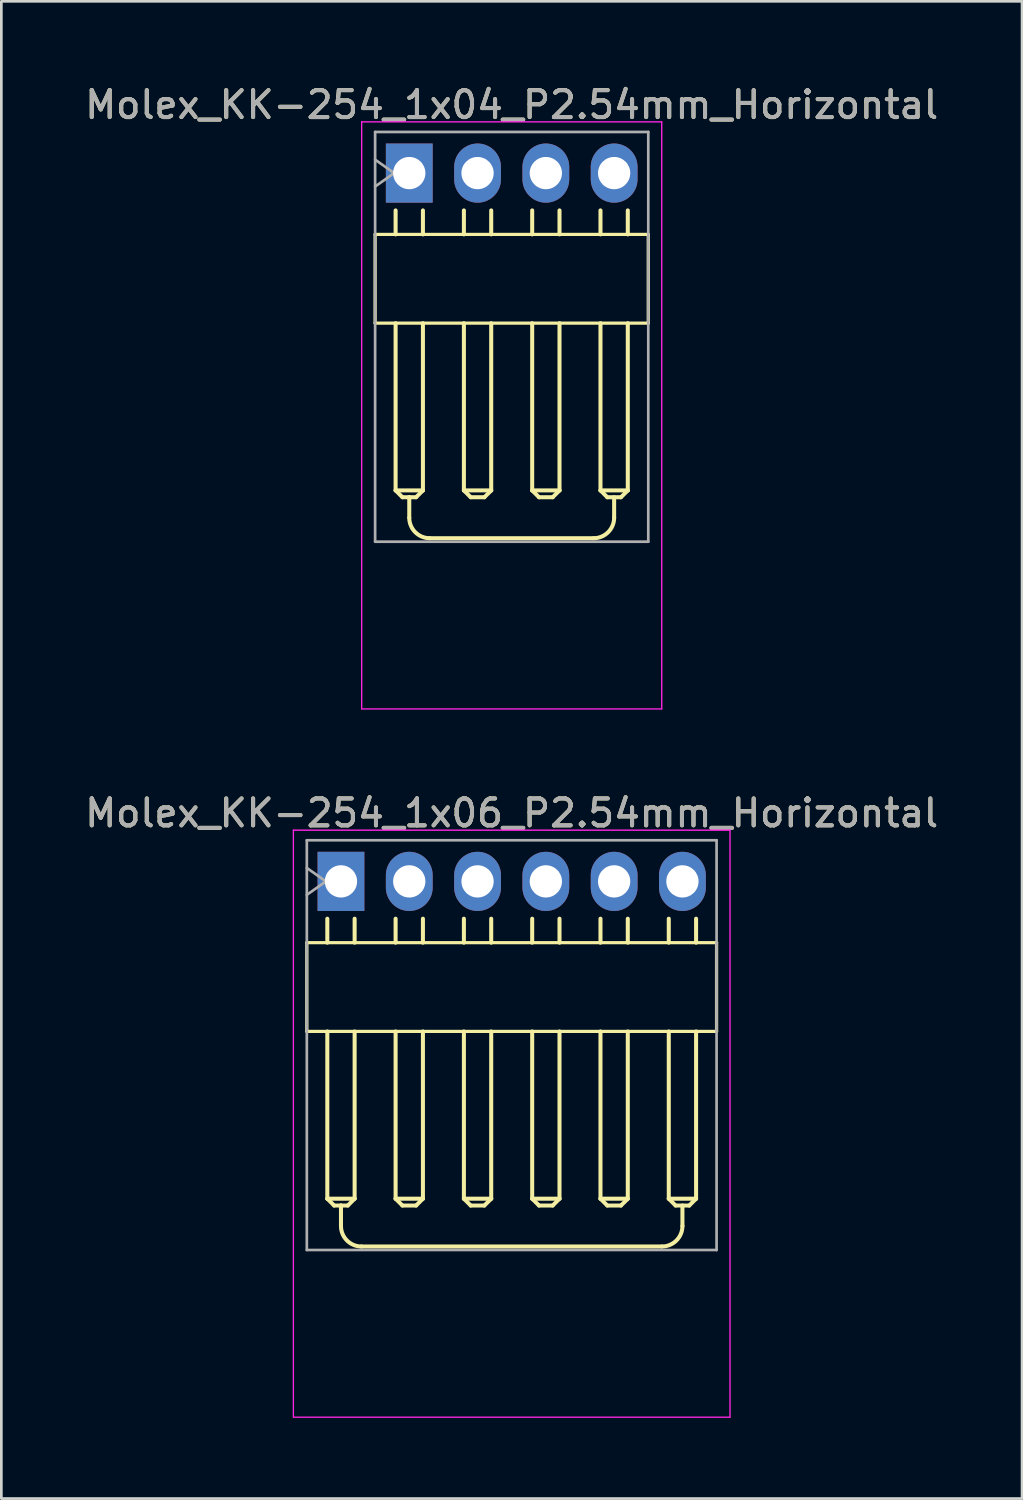
<source format=kicad_pcb>
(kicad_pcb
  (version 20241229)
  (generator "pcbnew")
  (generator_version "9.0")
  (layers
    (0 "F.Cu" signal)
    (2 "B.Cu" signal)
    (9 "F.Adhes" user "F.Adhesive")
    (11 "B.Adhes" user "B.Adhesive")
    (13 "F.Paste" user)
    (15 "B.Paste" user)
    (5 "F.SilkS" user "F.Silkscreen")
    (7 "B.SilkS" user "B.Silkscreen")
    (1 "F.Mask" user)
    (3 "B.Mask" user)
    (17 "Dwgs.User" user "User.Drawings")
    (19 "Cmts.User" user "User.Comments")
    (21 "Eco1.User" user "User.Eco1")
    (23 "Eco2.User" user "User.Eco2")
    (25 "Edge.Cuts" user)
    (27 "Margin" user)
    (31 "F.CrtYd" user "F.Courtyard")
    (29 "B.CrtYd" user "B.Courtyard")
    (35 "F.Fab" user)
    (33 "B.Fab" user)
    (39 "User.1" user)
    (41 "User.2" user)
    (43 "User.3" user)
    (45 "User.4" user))
  (footprint "Molex_KK-254_1x04_P2.54mm_Horizontal"
    (layer "F.Cu")
    (at 12.172 3.388)
    (property "Reference" "Molex_KK-254_1x04_P2.54mm_Horizontal" (at 3.81 -2.54 0) (layer "F.SilkS") (effects (font (size 1 1) (thickness 0.15))))
    (attr through_hole)
    (fp_line (start -1.27 2.28) (end -1.27 5.58) (stroke (width 0.12) (type solid)) (layer "F.SilkS"))
    (fp_line (start -1.27 2.28) (end 8.89 2.28) (stroke (width 0.12) (type solid)) (layer "F.SilkS"))
    (fp_line (start -0.508 1.388) (end -0.508 2.28) (stroke (width 0.15) (type solid)) (layer "F.SilkS"))
    (fp_line (start -0.508 11.802) (end -0.508 5.582) (stroke (width 0.15) (type solid)) (layer "F.SilkS"))
    (fp_line (start -0.508 11.802) (end 0.508 11.802) (stroke (width 0.15) (type solid)) (layer "F.SilkS"))
    (fp_line (start -0.254 12.056) (end -0.508 11.802) (stroke (width 0.15) (type solid)) (layer "F.SilkS"))
    (fp_line (start 0 12.056) (end -0.254 12.056) (stroke (width 0.15) (type solid)) (layer "F.SilkS"))
    (fp_line (start 0 12.056) (end 0 12.818) (stroke (width 0.15) (type solid)) (layer "F.SilkS"))
    (fp_line (start 0.254 12.056) (end 0 12.056) (stroke (width 0.15) (type solid)) (layer "F.SilkS"))
    (fp_line (start 0.508 2.28) (end 0.508 1.388) (stroke (width 0.15) (type solid)) (layer "F.SilkS"))
    (fp_line (start 0.508 5.582) (end 0.508 11.802) (stroke (width 0.15) (type solid)) (layer "F.SilkS"))
    (fp_line (start 0.508 11.802) (end 0.254 12.056) (stroke (width 0.15) (type solid)) (layer "F.SilkS"))
    (fp_line (start 0.762 13.58) (end 6.858 13.58) (stroke (width 0.15) (type solid)) (layer "F.SilkS"))
    (fp_line (start 2.032 2.28) (end 2.032 1.388) (stroke (width 0.15) (type solid)) (layer "F.SilkS"))
    (fp_line (start 2.032 5.582) (end 2.032 11.802) (stroke (width 0.15) (type solid)) (layer "F.SilkS"))
    (fp_line (start 2.032 11.802) (end 2.286 12.056) (stroke (width 0.15) (type solid)) (layer "F.SilkS"))
    (fp_line (start 2.286 12.056) (end 2.794 12.056) (stroke (width 0.15) (type solid)) (layer "F.SilkS"))
    (fp_line (start 2.794 12.056) (end 3.048 11.802) (stroke (width 0.15) (type solid)) (layer "F.SilkS"))
    (fp_line (start 3.048 2.28) (end 3.048 1.388) (stroke (width 0.15) (type solid)) (layer "F.SilkS"))
    (fp_line (start 3.048 11.802) (end 2.032 11.802) (stroke (width 0.15) (type solid)) (layer "F.SilkS"))
    (fp_line (start 3.048 11.802) (end 3.048 5.582) (stroke (width 0.15) (type solid)) (layer "F.SilkS"))
    (fp_line (start 4.572 2.28) (end 4.572 1.388) (stroke (width 0.15) (type solid)) (layer "F.SilkS"))
    (fp_line (start 4.572 5.582) (end 4.572 11.802) (stroke (width 0.15) (type solid)) (layer "F.SilkS"))
    (fp_line (start 4.572 11.802) (end 4.826 12.056) (stroke (width 0.15) (type solid)) (layer "F.SilkS"))
    (fp_line (start 4.826 12.056) (end 5.334 12.056) (stroke (width 0.15) (type solid)) (layer "F.SilkS"))
    (fp_line (start 5.334 12.056) (end 5.588 11.802) (stroke (width 0.15) (type solid)) (layer "F.SilkS"))
    (fp_line (start 5.588 2.28) (end 5.588 1.388) (stroke (width 0.15) (type solid)) (layer "F.SilkS"))
    (fp_line (start 5.588 11.802) (end 4.572 11.802) (stroke (width 0.15) (type solid)) (layer "F.SilkS"))
    (fp_line (start 5.588 11.802) (end 5.588 5.582) (stroke (width 0.15) (type solid)) (layer "F.SilkS"))
    (fp_line (start 7.112 2.28) (end 7.112 1.388) (stroke (width 0.15) (type solid)) (layer "F.SilkS"))
    (fp_line (start 7.112 5.582) (end 7.112 11.802) (stroke (width 0.15) (type solid)) (layer "F.SilkS"))
    (fp_line (start 7.112 11.802) (end 7.366 12.056) (stroke (width 0.15) (type solid)) (layer "F.SilkS"))
    (fp_line (start 7.366 12.056) (end 7.874 12.056) (stroke (width 0.15) (type solid)) (layer "F.SilkS"))
    (fp_line (start 7.62 12.056) (end 7.62 12.818) (stroke (width 0.15) (type solid)) (layer "F.SilkS"))
    (fp_line (start 7.874 12.056) (end 8.128 11.802) (stroke (width 0.15) (type solid)) (layer "F.SilkS"))
    (fp_line (start 8.128 2.28) (end 8.128 1.388) (stroke (width 0.15) (type solid)) (layer "F.SilkS"))
    (fp_line (start 8.128 11.802) (end 7.112 11.802) (stroke (width 0.15) (type solid)) (layer "F.SilkS"))
    (fp_line (start 8.128 11.802) (end 8.128 5.582) (stroke (width 0.15) (type solid)) (layer "F.SilkS"))
    (fp_line (start 8.89 2.28) (end 8.89 5.58) (stroke (width 0.12) (type solid)) (layer "F.SilkS"))
    (fp_line (start 8.89 5.58) (end -1.27 5.58) (stroke (width 0.12) (type solid)) (layer "F.SilkS"))
    (fp_arc (start 0.762 13.58) (mid 0.223185 13.356815) (end 0 12.818) (stroke (width 0.15) (type solid)) (layer "F.SilkS"))
    (fp_arc (start 7.62 12.818) (mid 7.396815 13.356815) (end 6.858 13.58) (stroke (width 0.15) (type solid)) (layer "F.SilkS"))
    (fp_line (start -1.77 -1.905) (end -1.77 19.93) (stroke (width 0.05) (type solid)) (layer "F.CrtYd"))
    (fp_line (start -1.762 19.93) (end 9.39 19.93) (stroke (width 0.05) (type solid)) (layer "F.CrtYd"))
    (fp_line (start 9.39 -1.905) (end -1.77 -1.905) (stroke (width 0.05) (type solid)) (layer "F.CrtYd"))
    (fp_line (start 9.39 19.93) (end 9.39 -1.905) (stroke (width 0.05) (type solid)) (layer "F.CrtYd"))
    (fp_line (start -1.27 -1.53) (end -1.27 13.71) (stroke (width 0.1) (type solid)) (layer "F.Fab"))
    (fp_line (start -1.27 -0.5) (end -0.563 0) (stroke (width 0.1) (type solid)) (layer "F.Fab"))
    (fp_line (start -1.27 13.71) (end 8.89 13.71) (stroke (width 0.1) (type solid)) (layer "F.Fab"))
    (fp_line (start -0.563 0) (end -1.27 0.5) (stroke (width 0.1) (type solid)) (layer "F.Fab"))
    (fp_line (start 8.89 -1.53) (end -1.27 -1.53) (stroke (width 0.1) (type solid)) (layer "F.Fab"))
    (fp_line (start 8.89 13.71) (end 8.89 -1.53) (stroke (width 0.1) (type solid)) (layer "F.Fab"))
    (fp_text user "${REFERENCE}" (at 3.81 -2.54 0) (layer "F.Fab") (effects (font (size 1 1) (thickness 0.15))))
    (pad "1" thru_hole rect (at 0 0) (size 1.74 2.2) (drill 1.2) (layers "*.Cu" "*.Mask"))
    (pad "2" thru_hole oval (at 2.54 0) (size 1.74 2.2) (drill 1.2) (layers "*.Cu" "*.Mask"))
    (pad "3" thru_hole oval (at 5.08 0) (size 1.74 2.2) (drill 1.2) (layers "*.Cu" "*.Mask"))
    (pad "4" thru_hole oval (at 7.62 0) (size 1.74 2.2) (drill 1.2) (layers "*.Cu" "*.Mask")))
  (footprint "Molex_KK-254_1x06_P2.54mm_Horizontal"
    (layer "F.Cu")
    (at 9.632 29.732)
    (property "Reference" "Molex_KK-254_1x06_P2.54mm_Horizontal" (at 6.35 -2.54 0) (layer "F.SilkS") (effects (font (size 1 1) (thickness 0.15))))
    (attr through_hole)
    (fp_line (start -1.27 2.28) (end -1.27 5.58) (stroke (width 0.12) (type solid)) (layer "F.SilkS"))
    (fp_line (start -1.27 2.28) (end 13.97 2.28) (stroke (width 0.12) (type solid)) (layer "F.SilkS"))
    (fp_line (start -0.508 1.388) (end -0.508 2.28) (stroke (width 0.15) (type solid)) (layer "F.SilkS"))
    (fp_line (start -0.508 11.802) (end -0.508 5.582) (stroke (width 0.15) (type solid)) (layer "F.SilkS"))
    (fp_line (start -0.508 11.802) (end 0.508 11.802) (stroke (width 0.15) (type solid)) (layer "F.SilkS"))
    (fp_line (start -0.254 12.056) (end -0.508 11.802) (stroke (width 0.15) (type solid)) (layer "F.SilkS"))
    (fp_line (start 0 12.056) (end -0.254 12.056) (stroke (width 0.15) (type solid)) (layer "F.SilkS"))
    (fp_line (start 0 12.056) (end 0 12.818) (stroke (width 0.15) (type solid)) (layer "F.SilkS"))
    (fp_line (start 0.254 12.056) (end 0 12.056) (stroke (width 0.15) (type solid)) (layer "F.SilkS"))
    (fp_line (start 0.508 2.28) (end 0.508 1.388) (stroke (width 0.15) (type solid)) (layer "F.SilkS"))
    (fp_line (start 0.508 5.582) (end 0.508 11.802) (stroke (width 0.15) (type solid)) (layer "F.SilkS"))
    (fp_line (start 0.508 11.802) (end 0.254 12.056) (stroke (width 0.15) (type solid)) (layer "F.SilkS"))
    (fp_line (start 0.762 13.58) (end 11.938 13.58) (stroke (width 0.15) (type solid)) (layer "F.SilkS"))
    (fp_line (start 2.032 2.28) (end 2.032 1.388) (stroke (width 0.15) (type solid)) (layer "F.SilkS"))
    (fp_line (start 2.032 5.582) (end 2.032 11.802) (stroke (width 0.15) (type solid)) (layer "F.SilkS"))
    (fp_line (start 2.032 11.802) (end 2.286 12.056) (stroke (width 0.15) (type solid)) (layer "F.SilkS"))
    (fp_line (start 2.286 12.056) (end 2.794 12.056) (stroke (width 0.15) (type solid)) (layer "F.SilkS"))
    (fp_line (start 2.794 12.056) (end 3.048 11.802) (stroke (width 0.15) (type solid)) (layer "F.SilkS"))
    (fp_line (start 3.048 2.28) (end 3.048 1.388) (stroke (width 0.15) (type solid)) (layer "F.SilkS"))
    (fp_line (start 3.048 11.802) (end 2.032 11.802) (stroke (width 0.15) (type solid)) (layer "F.SilkS"))
    (fp_line (start 3.048 11.802) (end 3.048 5.582) (stroke (width 0.15) (type solid)) (layer "F.SilkS"))
    (fp_line (start 4.572 2.28) (end 4.572 1.388) (stroke (width 0.15) (type solid)) (layer "F.SilkS"))
    (fp_line (start 4.572 5.582) (end 4.572 11.802) (stroke (width 0.15) (type solid)) (layer "F.SilkS"))
    (fp_line (start 4.572 11.802) (end 4.826 12.056) (stroke (width 0.15) (type solid)) (layer "F.SilkS"))
    (fp_line (start 4.826 12.056) (end 5.334 12.056) (stroke (width 0.15) (type solid)) (layer "F.SilkS"))
    (fp_line (start 5.334 12.056) (end 5.588 11.802) (stroke (width 0.15) (type solid)) (layer "F.SilkS"))
    (fp_line (start 5.588 2.28) (end 5.588 1.388) (stroke (width 0.15) (type solid)) (layer "F.SilkS"))
    (fp_line (start 5.588 11.802) (end 4.572 11.802) (stroke (width 0.15) (type solid)) (layer "F.SilkS"))
    (fp_line (start 5.588 11.802) (end 5.588 5.582) (stroke (width 0.15) (type solid)) (layer "F.SilkS"))
    (fp_line (start 7.112 2.28) (end 7.112 1.388) (stroke (width 0.15) (type solid)) (layer "F.SilkS"))
    (fp_line (start 7.112 5.582) (end 7.112 11.802) (stroke (width 0.15) (type solid)) (layer "F.SilkS"))
    (fp_line (start 7.112 11.802) (end 7.366 12.056) (stroke (width 0.15) (type solid)) (layer "F.SilkS"))
    (fp_line (start 7.366 12.056) (end 7.874 12.056) (stroke (width 0.15) (type solid)) (layer "F.SilkS"))
    (fp_line (start 7.874 12.056) (end 8.128 11.802) (stroke (width 0.15) (type solid)) (layer "F.SilkS"))
    (fp_line (start 8.128 2.28) (end 8.128 1.388) (stroke (width 0.15) (type solid)) (layer "F.SilkS"))
    (fp_line (start 8.128 11.802) (end 7.112 11.802) (stroke (width 0.15) (type solid)) (layer "F.SilkS"))
    (fp_line (start 8.128 11.802) (end 8.128 5.582) (stroke (width 0.15) (type solid)) (layer "F.SilkS"))
    (fp_line (start 9.652 2.28) (end 9.652 1.388) (stroke (width 0.15) (type solid)) (layer "F.SilkS"))
    (fp_line (start 9.652 5.582) (end 9.652 11.802) (stroke (width 0.15) (type solid)) (layer "F.SilkS"))
    (fp_line (start 9.652 11.802) (end 9.906 12.056) (stroke (width 0.15) (type solid)) (layer "F.SilkS"))
    (fp_line (start 9.906 12.056) (end 10.414 12.056) (stroke (width 0.15) (type solid)) (layer "F.SilkS"))
    (fp_line (start 10.414 12.056) (end 10.668 11.802) (stroke (width 0.15) (type solid)) (layer "F.SilkS"))
    (fp_line (start 10.668 2.28) (end 10.668 1.388) (stroke (width 0.15) (type solid)) (layer "F.SilkS"))
    (fp_line (start 10.668 11.802) (end 9.652 11.802) (stroke (width 0.15) (type solid)) (layer "F.SilkS"))
    (fp_line (start 10.668 11.802) (end 10.668 5.582) (stroke (width 0.15) (type solid)) (layer "F.SilkS"))
    (fp_line (start 12.192 2.28) (end 12.192 1.388) (stroke (width 0.15) (type solid)) (layer "F.SilkS"))
    (fp_line (start 12.192 5.582) (end 12.192 11.802) (stroke (width 0.15) (type solid)) (layer "F.SilkS"))
    (fp_line (start 12.192 11.802) (end 12.446 12.056) (stroke (width 0.15) (type solid)) (layer "F.SilkS"))
    (fp_line (start 12.446 12.056) (end 12.954 12.056) (stroke (width 0.15) (type solid)) (layer "F.SilkS"))
    (fp_line (start 12.7 12.056) (end 12.7 12.818) (stroke (width 0.15) (type solid)) (layer "F.SilkS"))
    (fp_line (start 12.954 12.056) (end 13.208 11.802) (stroke (width 0.15) (type solid)) (layer "F.SilkS"))
    (fp_line (start 13.208 2.28) (end 13.208 1.388) (stroke (width 0.15) (type solid)) (layer "F.SilkS"))
    (fp_line (start 13.208 11.802) (end 12.192 11.802) (stroke (width 0.15) (type solid)) (layer "F.SilkS"))
    (fp_line (start 13.208 11.802) (end 13.208 5.582) (stroke (width 0.15) (type solid)) (layer "F.SilkS"))
    (fp_line (start 13.97 2.28) (end 13.97 5.58) (stroke (width 0.12) (type solid)) (layer "F.SilkS"))
    (fp_line (start 13.97 5.58) (end -1.27 5.58) (stroke (width 0.12) (type solid)) (layer "F.SilkS"))
    (fp_arc (start 0.762 13.58) (mid 0.223185 13.356815) (end 0 12.818) (stroke (width 0.15) (type solid)) (layer "F.SilkS"))
    (fp_arc (start 12.7 12.818) (mid 12.476815 13.356815) (end 11.938 13.58) (stroke (width 0.15) (type solid)) (layer "F.SilkS"))
    (fp_line (start -1.77 -1.905) (end -1.77 19.93) (stroke (width 0.05) (type solid)) (layer "F.CrtYd"))
    (fp_line (start -1.762 19.93) (end 14.47 19.93) (stroke (width 0.05) (type solid)) (layer "F.CrtYd"))
    (fp_line (start 14.47 -1.905) (end -1.77 -1.905) (stroke (width 0.05) (type solid)) (layer "F.CrtYd"))
    (fp_line (start 14.47 19.93) (end 14.47 -1.905) (stroke (width 0.05) (type solid)) (layer "F.CrtYd"))
    (fp_line (start -1.27 -1.53) (end -1.27 13.71) (stroke (width 0.1) (type solid)) (layer "F.Fab"))
    (fp_line (start -1.27 -0.5) (end -0.563 0) (stroke (width 0.1) (type solid)) (layer "F.Fab"))
    (fp_line (start -1.27 13.71) (end 13.97 13.71) (stroke (width 0.1) (type solid)) (layer "F.Fab"))
    (fp_line (start -0.563 0) (end -1.27 0.5) (stroke (width 0.1) (type solid)) (layer "F.Fab"))
    (fp_line (start 13.97 -1.53) (end -1.27 -1.53) (stroke (width 0.1) (type solid)) (layer "F.Fab"))
    (fp_line (start 13.97 13.71) (end 13.97 -1.53) (stroke (width 0.1) (type solid)) (layer "F.Fab"))
    (fp_text user "${REFERENCE}" (at 6.35 -2.54 0) (layer "F.Fab") (effects (font (size 1 1) (thickness 0.15))))
    (pad "1" thru_hole rect (at 0 0) (size 1.74 2.2) (drill 1.2) (layers "*.Cu" "*.Mask"))
    (pad "2" thru_hole oval (at 2.54 0) (size 1.74 2.2) (drill 1.2) (layers "*.Cu" "*.Mask"))
    (pad "3" thru_hole oval (at 5.08 0) (size 1.74 2.2) (drill 1.2) (layers "*.Cu" "*.Mask"))
    (pad "4" thru_hole oval (at 7.62 0) (size 1.74 2.2) (drill 1.2) (layers "*.Cu" "*.Mask"))
    (pad "5" thru_hole oval (at 10.16 0) (size 1.74 2.2) (drill 1.2) (layers "*.Cu" "*.Mask"))
    (pad "6" thru_hole oval (at 12.7 0) (size 1.74 2.2) (drill 1.2) (layers "*.Cu" "*.Mask")))
  (gr_rect
    (start -3 -3)
    (end 34.964 52.687)
    (stroke (width 0.1) (type default))
    (fill no)
    (layer "Edge.Cuts")))
</source>
